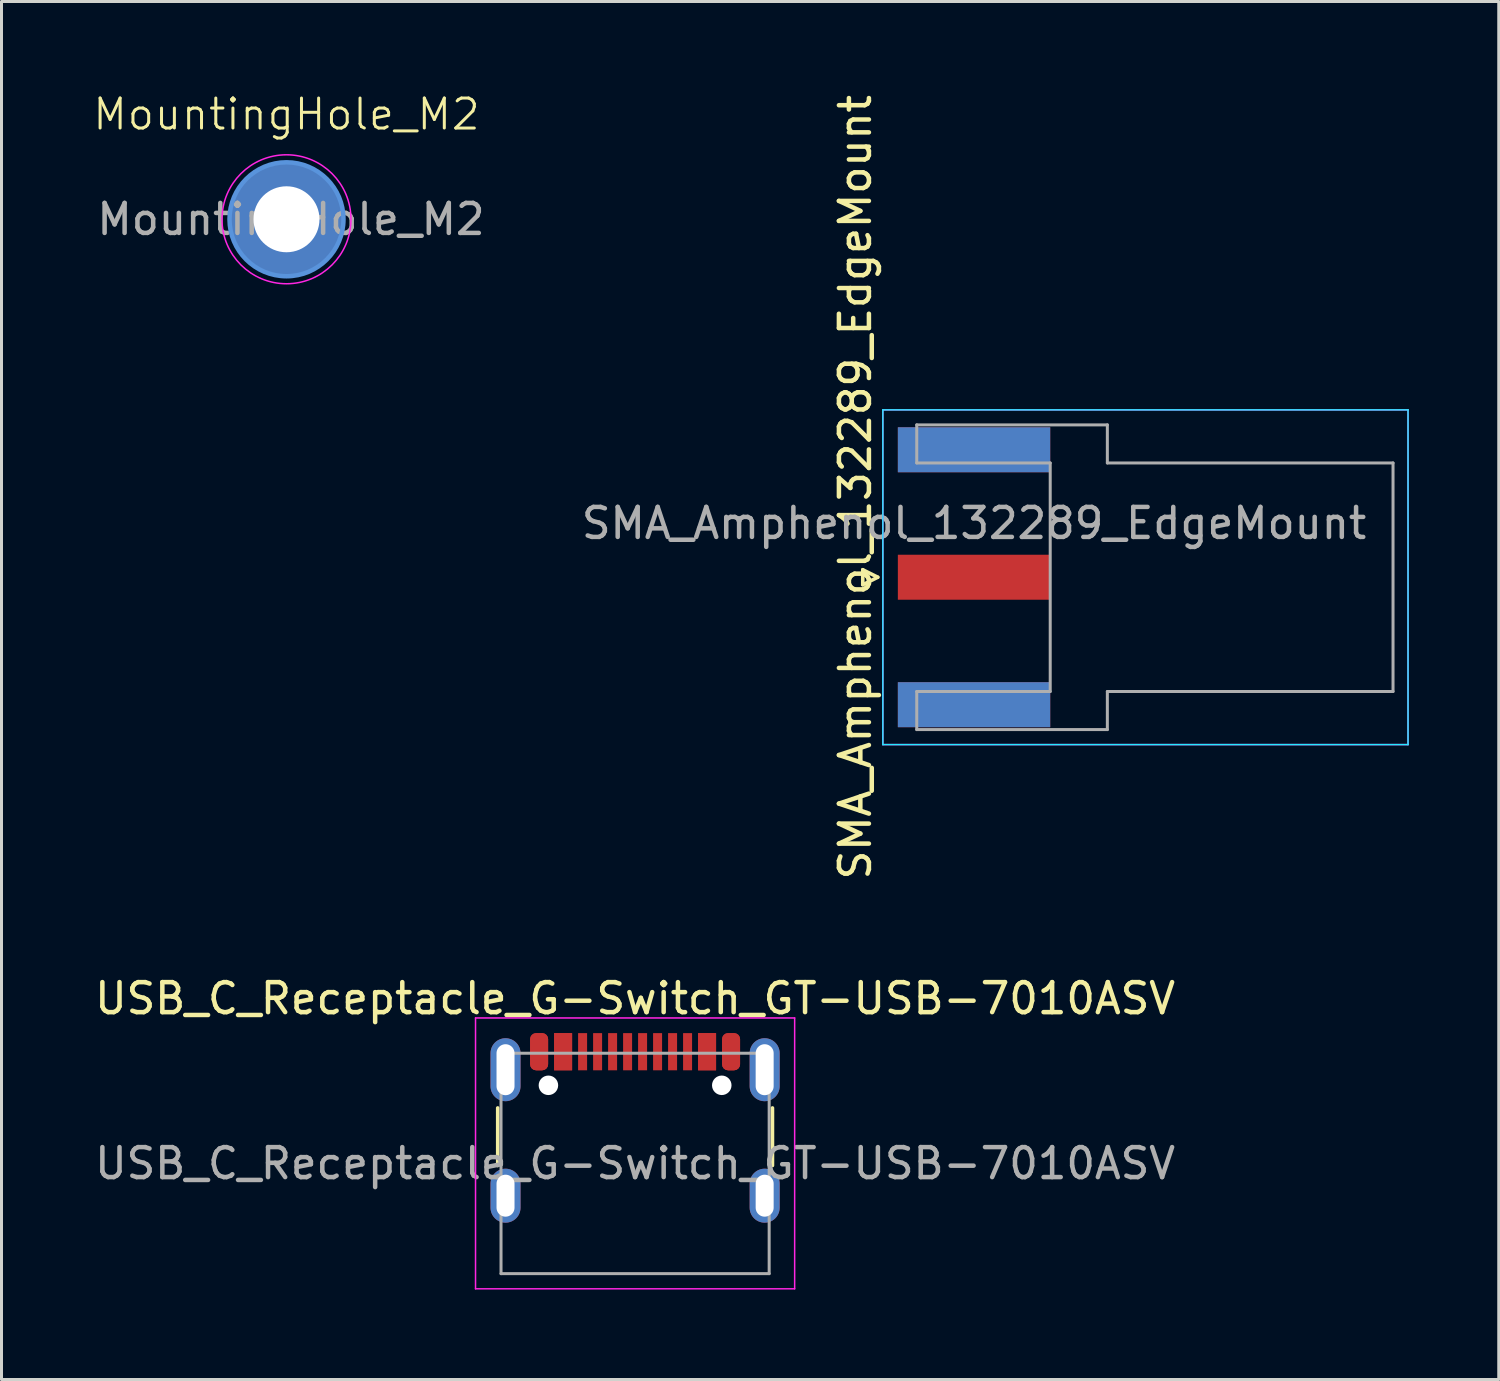
<source format=kicad_pcb>
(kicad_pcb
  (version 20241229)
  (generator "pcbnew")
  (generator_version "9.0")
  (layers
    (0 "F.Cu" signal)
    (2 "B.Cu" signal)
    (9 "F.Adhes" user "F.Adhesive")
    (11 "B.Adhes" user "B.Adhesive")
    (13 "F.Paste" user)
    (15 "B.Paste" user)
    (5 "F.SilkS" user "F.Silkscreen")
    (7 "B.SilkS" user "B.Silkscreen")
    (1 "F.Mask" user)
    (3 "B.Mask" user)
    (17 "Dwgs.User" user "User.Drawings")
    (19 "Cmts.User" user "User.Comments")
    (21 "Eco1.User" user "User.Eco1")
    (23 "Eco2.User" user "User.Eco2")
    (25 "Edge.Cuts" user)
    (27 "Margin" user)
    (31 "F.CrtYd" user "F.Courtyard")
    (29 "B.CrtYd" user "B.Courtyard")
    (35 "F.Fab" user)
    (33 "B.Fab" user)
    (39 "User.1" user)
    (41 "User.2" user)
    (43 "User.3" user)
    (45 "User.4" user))
  (footprint "MountingHole_M2"
    (layer "F.Cu")
    (at 6.502 4.261)
    (property "Reference" "MountingHole_M2" (at 0 -3.5 0) (unlocked yes) (layer "F.SilkS") (effects (font (size 1 1) (thickness 0.1))))
    (attr smd)
    (fp_circle (center 0 0) (end 1.9 0) (stroke (width 0.15) (type solid)) (fill no) (layer "Cmts.User"))
    (fp_circle (center 0 0) (end 2.15 0) (stroke (width 0.05) (type solid)) (fill no) (layer "F.CrtYd"))
    (fp_text user "${REFERENCE}" (at 0.15 0 0) (layer "F.Fab") (effects (font (size 1 1) (thickness 0.15))))
    (pad "" thru_hole circle (at 0 0) (size 3.7 3.7) (drill 2.2) (layers "*.Cu" "*.Mask")))
  (footprint "USB_C_Receptacle_G-Switch_GT-USB-7010ASV"
    (layer "F.Cu")
    (at 18.125 35.741)
    (property "Reference" "USB_C_Receptacle_G-Switch_GT-USB-7010ASV" (at 0 -5.5 0) (layer "F.SilkS") (effects (font (size 1 1) (thickness 0.15))))
    (attr smd)
    (fp_line (start -4.58 -1.85) (end -4.58 0.07) (stroke (width 0.12) (type solid)) (layer "F.SilkS"))
    (fp_line (start 4.58 0.07) (end 4.58 -1.85) (stroke (width 0.12) (type solid)) (layer "F.SilkS"))
    (fp_line (start -5.32 -4.85) (end 5.32 -4.85) (stroke (width 0.05) (type solid)) (layer "F.CrtYd"))
    (fp_line (start -5.32 4.18) (end -5.32 -4.85) (stroke (width 0.05) (type solid)) (layer "F.CrtYd"))
    (fp_line (start 5.32 -4.85) (end 5.32 4.18) (stroke (width 0.05) (type solid)) (layer "F.CrtYd"))
    (fp_line (start 5.32 4.18) (end -5.32 4.18) (stroke (width 0.05) (type solid)) (layer "F.CrtYd"))
    (fp_line (start -4.47 -3.675) (end -4.47 3.675) (stroke (width 0.1) (type solid)) (layer "F.Fab"))
    (fp_line (start -4.47 -3.675) (end 4.47 -3.675) (stroke (width 0.1) (type solid)) (layer "F.Fab"))
    (fp_line (start -4.47 3.675) (end 4.47 3.675) (stroke (width 0.1) (type solid)) (layer "F.Fab"))
    (fp_line (start 4.47 3.675) (end 4.47 -3.675) (stroke (width 0.1) (type solid)) (layer "F.Fab"))
    (fp_text user "${REFERENCE}" (at 0 0 0) (layer "F.Fab") (effects (font (size 1 1) (thickness 0.15))))
    (pad "" np_thru_hole circle (at -2.89 -2.605) (size 0.65 0.65) (drill 0.65) (layers "*.Cu" "*.Mask"))
    (pad "" np_thru_hole circle (at 2.89 -2.605) (size 0.65 0.65) (drill 0.65) (layers "*.Cu" "*.Mask"))
    (pad "A1" smd roundrect (at -3.2 -3.725) (size 0.6 1.24) (layers "F.Cu" "F.Mask" "F.Paste") (roundrect_rratio 0.333))
    (pad "A4" smd rect (at -2.4 -3.725) (size 0.6 1.24) (layers "F.Cu" "F.Mask" "F.Paste"))
    (pad "A5" smd rect (at -1.25 -3.725) (size 0.3 1.24) (layers "F.Cu" "F.Mask" "F.Paste"))
    (pad "A6" smd rect (at -0.25 -3.725) (size 0.3 1.24) (layers "F.Cu" "F.Mask" "F.Paste"))
    (pad "A7" smd rect (at 0.25 -3.725) (size 0.3 1.24) (layers "F.Cu" "F.Mask" "F.Paste"))
    (pad "A8" smd rect (at 1.25 -3.725) (size 0.3 1.24) (layers "F.Cu" "F.Mask" "F.Paste"))
    (pad "A9" smd rect (at 2.4 -3.725) (size 0.6 1.24) (layers "F.Cu" "F.Mask" "F.Paste"))
    (pad "A12" smd roundrect (at 3.2 -3.725) (size 0.6 1.24) (layers "F.Cu" "F.Mask" "F.Paste") (roundrect_rratio 0.333))
    (pad "B1" smd roundrect (at 3.2 -3.725) (size 0.6 1.24) (layers "F.Cu" "F.Mask" "F.Paste") (roundrect_rratio 0.333))
    (pad "B4" smd rect (at 2.4 -3.725) (size 0.6 1.24) (layers "F.Cu" "F.Mask" "F.Paste"))
    (pad "B5" smd rect (at 1.75 -3.725) (size 0.3 1.24) (layers "F.Cu" "F.Mask" "F.Paste"))
    (pad "B6" smd rect (at 0.75 -3.725) (size 0.3 1.24) (layers "F.Cu" "F.Mask" "F.Paste"))
    (pad "B7" smd rect (at -0.75 -3.725) (size 0.3 1.24) (layers "F.Cu" "F.Mask" "F.Paste"))
    (pad "B8" smd rect (at -1.75 -3.725) (size 0.3 1.24) (layers "F.Cu" "F.Mask" "F.Paste"))
    (pad "B9" smd rect (at -2.4 -3.725) (size 0.6 1.24) (layers "F.Cu" "F.Mask" "F.Paste"))
    (pad "B12" smd roundrect (at -3.2 -3.725) (size 0.6 1.24) (layers "F.Cu" "F.Mask" "F.Paste") (roundrect_rratio 0.333))
    (pad "S1" thru_hole oval (at -4.32 -3.125) (size 1 2.1) (drill oval 0.6 1.7) (layers "*.Cu" "*.Mask"))
    (pad "S1" thru_hole oval (at -4.32 1.075) (size 1 1.8) (drill oval 0.6 1.4) (layers "*.Cu" "*.Mask"))
    (pad "S1" thru_hole oval (at 4.32 -3.125) (size 1 2.1) (drill oval 0.6 1.7) (layers "*.Cu" "*.Mask"))
    (pad "S1" thru_hole oval (at 4.32 1.075) (size 1 1.8) (drill oval 0.6 1.4) (layers "*.Cu" "*.Mask")))
  (footprint "SMA_Amphenol_132289_EdgeMount"
    (layer "F.Cu")
    (at 29.426 16.196)
    (property "Reference" "SMA_Amphenol_132289_EdgeMount" (at -3.96 -3 90) (layer "F.SilkS") (effects (font (size 1 1) (thickness 0.15))))
    (attr smd)
    (fp_line (start -3.71 -0.25) (end -3.71 0.25) (stroke (width 0.12) (type solid)) (layer "F.SilkS"))
    (fp_line (start -3.71 0.25) (end -3.21 0) (stroke (width 0.12) (type solid)) (layer "F.SilkS"))
    (fp_line (start -3.21 0) (end -3.71 -0.25) (stroke (width 0.12) (type solid)) (layer "F.SilkS"))
    (fp_line (start -3.04 5.58) (end -3.04 -5.58) (stroke (width 0.05) (type solid)) (layer "B.CrtYd"))
    (fp_line (start 14.47 -5.58) (end -3.04 -5.58) (stroke (width 0.05) (type solid)) (layer "B.CrtYd"))
    (fp_line (start 14.47 -5.58) (end 14.47 5.58) (stroke (width 0.05) (type solid)) (layer "B.CrtYd"))
    (fp_line (start 14.47 5.58) (end -3.04 5.58) (stroke (width 0.05) (type solid)) (layer "B.CrtYd"))
    (fp_line (start -3.04 5.58) (end -3.04 -5.58) (stroke (width 0.05) (type solid)) (layer "F.CrtYd"))
    (fp_line (start 14.47 -5.58) (end -3.04 -5.58) (stroke (width 0.05) (type solid)) (layer "F.CrtYd"))
    (fp_line (start 14.47 -5.58) (end 14.47 5.58) (stroke (width 0.05) (type solid)) (layer "F.CrtYd"))
    (fp_line (start 14.47 5.58) (end -3.04 5.58) (stroke (width 0.05) (type solid)) (layer "F.CrtYd"))
    (fp_line (start -1.91 -5.08) (end -1.91 -3.81) (stroke (width 0.1) (type solid)) (layer "F.Fab"))
    (fp_line (start -1.91 -5.08) (end 4.445 -5.08) (stroke (width 0.1) (type solid)) (layer "F.Fab"))
    (fp_line (start -1.91 -3.81) (end 2.54 -3.81) (stroke (width 0.1) (type solid)) (layer "F.Fab"))
    (fp_line (start -1.91 3.81) (end -1.91 5.08) (stroke (width 0.1) (type solid)) (layer "F.Fab"))
    (fp_line (start -1.91 5.08) (end 4.445 5.08) (stroke (width 0.1) (type solid)) (layer "F.Fab"))
    (fp_line (start 2.54 -3.81) (end 2.54 3.81) (stroke (width 0.1) (type solid)) (layer "F.Fab"))
    (fp_line (start 2.54 3.81) (end -1.91 3.81) (stroke (width 0.1) (type solid)) (layer "F.Fab"))
    (fp_line (start 4.445 -3.81) (end 4.445 -5.08) (stroke (width 0.1) (type solid)) (layer "F.Fab"))
    (fp_line (start 4.445 -3.81) (end 13.97 -3.81) (stroke (width 0.1) (type solid)) (layer "F.Fab"))
    (fp_line (start 4.445 5.08) (end 4.445 3.81) (stroke (width 0.1) (type solid)) (layer "F.Fab"))
    (fp_line (start 13.97 -3.81) (end 13.97 3.81) (stroke (width 0.1) (type solid)) (layer "F.Fab"))
    (fp_line (start 13.97 3.81) (end 4.445 3.81) (stroke (width 0.1) (type solid)) (layer "F.Fab"))
    (fp_text user "${REFERENCE}" (at 0 -1.8 0) (layer "F.Fab") (effects (font (size 1 1) (thickness 0.15))))
    (pad "1" smd rect (at 0 0 90) (size 1.5 5.08) (layers "F.Cu" "F.Mask" "F.Paste"))
    (pad "2" smd rect (at 0 -4.25 90) (size 1.5 5.08) (layers "F.Cu" "F.Mask" "F.Paste"))
    (pad "2" smd rect (at 0 -4.25 90) (size 1.5 5.08) (layers "B.Cu" "B.Mask" "B.Paste"))
    (pad "2" smd rect (at 0 4.25 90) (size 1.5 5.08) (layers "F.Cu" "F.Mask" "F.Paste"))
    (pad "2" smd rect (at 0 4.25 90) (size 1.5 5.08) (layers "B.Cu" "B.Mask" "B.Paste")))
  (gr_rect
    (start -3 -3)
    (end 46.921 42.946)
    (stroke (width 0.1) (type default))
    (fill no)
    (layer "Edge.Cuts")))
</source>
